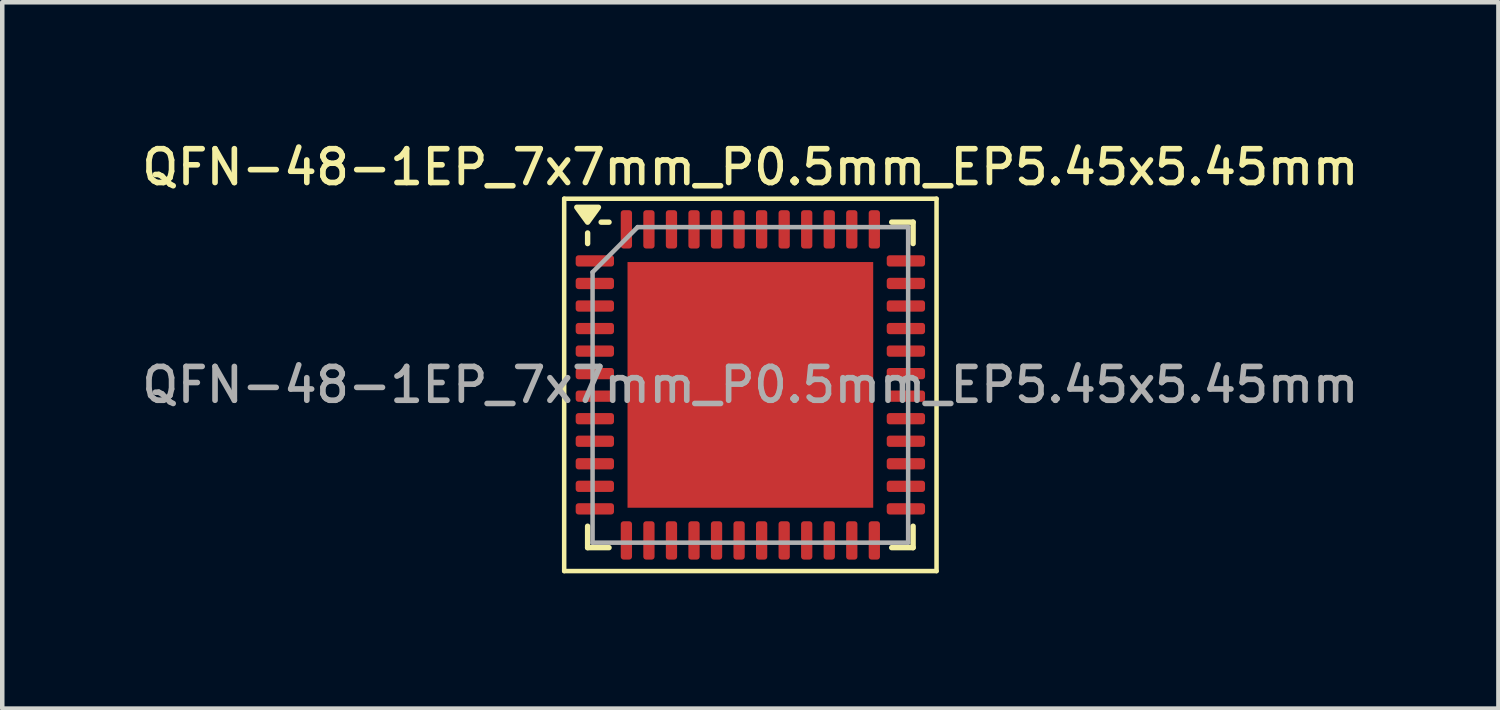
<source format=kicad_pcb>
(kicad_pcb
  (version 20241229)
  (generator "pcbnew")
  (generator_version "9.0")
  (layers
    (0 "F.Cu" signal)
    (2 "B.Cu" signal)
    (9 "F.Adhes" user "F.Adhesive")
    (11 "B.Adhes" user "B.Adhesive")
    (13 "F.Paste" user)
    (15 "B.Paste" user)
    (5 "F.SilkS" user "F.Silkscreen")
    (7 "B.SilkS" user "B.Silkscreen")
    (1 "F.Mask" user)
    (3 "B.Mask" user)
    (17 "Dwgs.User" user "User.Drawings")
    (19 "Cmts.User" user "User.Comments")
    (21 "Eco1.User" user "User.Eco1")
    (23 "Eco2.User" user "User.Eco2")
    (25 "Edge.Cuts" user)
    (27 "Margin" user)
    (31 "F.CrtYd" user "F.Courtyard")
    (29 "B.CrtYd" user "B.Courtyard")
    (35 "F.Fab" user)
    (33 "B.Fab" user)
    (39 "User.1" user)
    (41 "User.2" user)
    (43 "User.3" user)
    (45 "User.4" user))
  (footprint "QFN-48-1EP_7x7mm_P0.5mm_EP5.45x5.45mm"
    (layer "F.Cu")
    (at 13.595 5.488)
    (property "Reference" "QFN-48-1EP_7x7mm_P0.5mm_EP5.45x5.45mm" (at 0 -4.83 0) (layer "F.SilkS") (effects (font (size 0.75 0.75) (thickness 0.125))))
    (attr smd)
    (fp_line (start -4.13 -4.13) (end -4.13 4.13) (stroke (width 0.1) (type solid)) (layer "F.SilkS"))
    (fp_line (start -4.13 4.13) (end 4.13 4.13) (stroke (width 0.1) (type solid)) (layer "F.SilkS"))
    (fp_line (start -3.61 -3.135) (end -3.61 -3.37) (stroke (width 0.12) (type solid)) (layer "F.SilkS"))
    (fp_line (start -3.61 3.61) (end -3.61 3.135) (stroke (width 0.12) (type solid)) (layer "F.SilkS"))
    (fp_line (start -3.135 -3.61) (end -3.31 -3.61) (stroke (width 0.12) (type solid)) (layer "F.SilkS"))
    (fp_line (start -3.135 3.61) (end -3.61 3.61) (stroke (width 0.12) (type solid)) (layer "F.SilkS"))
    (fp_line (start 3.135 -3.61) (end 3.61 -3.61) (stroke (width 0.12) (type solid)) (layer "F.SilkS"))
    (fp_line (start 3.135 3.61) (end 3.61 3.61) (stroke (width 0.12) (type solid)) (layer "F.SilkS"))
    (fp_line (start 3.61 -3.61) (end 3.61 -3.135) (stroke (width 0.12) (type solid)) (layer "F.SilkS"))
    (fp_line (start 3.61 3.61) (end 3.61 3.135) (stroke (width 0.12) (type solid)) (layer "F.SilkS"))
    (fp_line (start 4.13 -4.13) (end -4.13 -4.13) (stroke (width 0.1) (type solid)) (layer "F.SilkS"))
    (fp_line (start 4.13 4.13) (end 4.13 -4.13) (stroke (width 0.1) (type solid)) (layer "F.SilkS"))
    (fp_poly (pts (xy -3.61 -3.61) (xy -3.85 -3.94) (xy -3.37 -3.94) (xy -3.61 -3.61)) (stroke (width 0.12) (type solid)) (fill yes) (layer "F.SilkS"))
    (fp_line (start -3.5 -2.5) (end -2.5 -3.5) (stroke (width 0.1) (type solid)) (layer "F.Fab"))
    (fp_line (start -3.5 3.5) (end -3.5 -2.5) (stroke (width 0.1) (type solid)) (layer "F.Fab"))
    (fp_line (start -2.5 -3.5) (end 3.5 -3.5) (stroke (width 0.1) (type solid)) (layer "F.Fab"))
    (fp_line (start 3.5 -3.5) (end 3.5 3.5) (stroke (width 0.1) (type solid)) (layer "F.Fab"))
    (fp_line (start 3.5 3.5) (end -3.5 3.5) (stroke (width 0.1) (type solid)) (layer "F.Fab"))
    (fp_text user "${REFERENCE}" (at 0 0 0) (layer "F.Fab") (effects (font (size 0.75 0.75) (thickness 0.125))))
    (pad "" smd roundrect (at -2.04 -2.04) (size 1.1 1.1) (layers "F.Paste") (roundrect_rratio 0.227))
    (pad "" smd roundrect (at -2.04 -0.68) (size 1.1 1.1) (layers "F.Paste") (roundrect_rratio 0.227))
    (pad "" smd roundrect (at -2.04 0.68) (size 1.1 1.1) (layers "F.Paste") (roundrect_rratio 0.227))
    (pad "" smd roundrect (at -2.04 2.04) (size 1.1 1.1) (layers "F.Paste") (roundrect_rratio 0.227))
    (pad "" smd roundrect (at -0.68 -2.04) (size 1.1 1.1) (layers "F.Paste") (roundrect_rratio 0.227))
    (pad "" smd roundrect (at -0.68 -0.68) (size 1.1 1.1) (layers "F.Paste") (roundrect_rratio 0.227))
    (pad "" smd roundrect (at -0.68 0.68) (size 1.1 1.1) (layers "F.Paste") (roundrect_rratio 0.227))
    (pad "" smd roundrect (at -0.68 2.04) (size 1.1 1.1) (layers "F.Paste") (roundrect_rratio 0.227))
    (pad "" smd roundrect (at 0.68 -2.04) (size 1.1 1.1) (layers "F.Paste") (roundrect_rratio 0.227))
    (pad "" smd roundrect (at 0.68 -0.68) (size 1.1 1.1) (layers "F.Paste") (roundrect_rratio 0.227))
    (pad "" smd roundrect (at 0.68 0.68) (size 1.1 1.1) (layers "F.Paste") (roundrect_rratio 0.227))
    (pad "" smd roundrect (at 0.68 2.04) (size 1.1 1.1) (layers "F.Paste") (roundrect_rratio 0.227))
    (pad "" smd roundrect (at 2.04 -2.04) (size 1.1 1.1) (layers "F.Paste") (roundrect_rratio 0.227))
    (pad "" smd roundrect (at 2.04 -0.68) (size 1.1 1.1) (layers "F.Paste") (roundrect_rratio 0.227))
    (pad "" smd roundrect (at 2.04 0.68) (size 1.1 1.1) (layers "F.Paste") (roundrect_rratio 0.227))
    (pad "" smd roundrect (at 2.04 2.04) (size 1.1 1.1) (layers "F.Paste") (roundrect_rratio 0.227))
    (pad "1" smd roundrect (at -3.45 -2.75) (size 0.85 0.25) (layers "F.Cu" "F.Mask" "F.Paste") (roundrect_rratio 0.25))
    (pad "2" smd roundrect (at -3.45 -2.25) (size 0.85 0.25) (layers "F.Cu" "F.Mask" "F.Paste") (roundrect_rratio 0.25))
    (pad "3" smd roundrect (at -3.45 -1.75) (size 0.85 0.25) (layers "F.Cu" "F.Mask" "F.Paste") (roundrect_rratio 0.25))
    (pad "4" smd roundrect (at -3.45 -1.25) (size 0.85 0.25) (layers "F.Cu" "F.Mask" "F.Paste") (roundrect_rratio 0.25))
    (pad "5" smd roundrect (at -3.45 -0.75) (size 0.85 0.25) (layers "F.Cu" "F.Mask" "F.Paste") (roundrect_rratio 0.25))
    (pad "6" smd roundrect (at -3.45 -0.25) (size 0.85 0.25) (layers "F.Cu" "F.Mask" "F.Paste") (roundrect_rratio 0.25))
    (pad "7" smd roundrect (at -3.45 0.25) (size 0.85 0.25) (layers "F.Cu" "F.Mask" "F.Paste") (roundrect_rratio 0.25))
    (pad "8" smd roundrect (at -3.45 0.75) (size 0.85 0.25) (layers "F.Cu" "F.Mask" "F.Paste") (roundrect_rratio 0.25))
    (pad "9" smd roundrect (at -3.45 1.25) (size 0.85 0.25) (layers "F.Cu" "F.Mask" "F.Paste") (roundrect_rratio 0.25))
    (pad "10" smd roundrect (at -3.45 1.75) (size 0.85 0.25) (layers "F.Cu" "F.Mask" "F.Paste") (roundrect_rratio 0.25))
    (pad "11" smd roundrect (at -3.45 2.25) (size 0.85 0.25) (layers "F.Cu" "F.Mask" "F.Paste") (roundrect_rratio 0.25))
    (pad "12" smd roundrect (at -3.45 2.75) (size 0.85 0.25) (layers "F.Cu" "F.Mask" "F.Paste") (roundrect_rratio 0.25))
    (pad "13" smd roundrect (at -2.75 3.45) (size 0.25 0.85) (layers "F.Cu" "F.Mask" "F.Paste") (roundrect_rratio 0.25))
    (pad "14" smd roundrect (at -2.25 3.45) (size 0.25 0.85) (layers "F.Cu" "F.Mask" "F.Paste") (roundrect_rratio 0.25))
    (pad "15" smd roundrect (at -1.75 3.45) (size 0.25 0.85) (layers "F.Cu" "F.Mask" "F.Paste") (roundrect_rratio 0.25))
    (pad "16" smd roundrect (at -1.25 3.45) (size 0.25 0.85) (layers "F.Cu" "F.Mask" "F.Paste") (roundrect_rratio 0.25))
    (pad "17" smd roundrect (at -0.75 3.45) (size 0.25 0.85) (layers "F.Cu" "F.Mask" "F.Paste") (roundrect_rratio 0.25))
    (pad "18" smd roundrect (at -0.25 3.45) (size 0.25 0.85) (layers "F.Cu" "F.Mask" "F.Paste") (roundrect_rratio 0.25))
    (pad "19" smd roundrect (at 0.25 3.45) (size 0.25 0.85) (layers "F.Cu" "F.Mask" "F.Paste") (roundrect_rratio 0.25))
    (pad "20" smd roundrect (at 0.75 3.45) (size 0.25 0.85) (layers "F.Cu" "F.Mask" "F.Paste") (roundrect_rratio 0.25))
    (pad "21" smd roundrect (at 1.25 3.45) (size 0.25 0.85) (layers "F.Cu" "F.Mask" "F.Paste") (roundrect_rratio 0.25))
    (pad "22" smd roundrect (at 1.75 3.45) (size 0.25 0.85) (layers "F.Cu" "F.Mask" "F.Paste") (roundrect_rratio 0.25))
    (pad "23" smd roundrect (at 2.25 3.45) (size 0.25 0.85) (layers "F.Cu" "F.Mask" "F.Paste") (roundrect_rratio 0.25))
    (pad "24" smd roundrect (at 2.75 3.45) (size 0.25 0.85) (layers "F.Cu" "F.Mask" "F.Paste") (roundrect_rratio 0.25))
    (pad "25" smd roundrect (at 3.45 2.75) (size 0.85 0.25) (layers "F.Cu" "F.Mask" "F.Paste") (roundrect_rratio 0.25))
    (pad "26" smd roundrect (at 3.45 2.25) (size 0.85 0.25) (layers "F.Cu" "F.Mask" "F.Paste") (roundrect_rratio 0.25))
    (pad "27" smd roundrect (at 3.45 1.75) (size 0.85 0.25) (layers "F.Cu" "F.Mask" "F.Paste") (roundrect_rratio 0.25))
    (pad "28" smd roundrect (at 3.45 1.25) (size 0.85 0.25) (layers "F.Cu" "F.Mask" "F.Paste") (roundrect_rratio 0.25))
    (pad "29" smd roundrect (at 3.45 0.75) (size 0.85 0.25) (layers "F.Cu" "F.Mask" "F.Paste") (roundrect_rratio 0.25))
    (pad "30" smd roundrect (at 3.45 0.25) (size 0.85 0.25) (layers "F.Cu" "F.Mask" "F.Paste") (roundrect_rratio 0.25))
    (pad "31" smd roundrect (at 3.45 -0.25) (size 0.85 0.25) (layers "F.Cu" "F.Mask" "F.Paste") (roundrect_rratio 0.25))
    (pad "32" smd roundrect (at 3.45 -0.75) (size 0.85 0.25) (layers "F.Cu" "F.Mask" "F.Paste") (roundrect_rratio 0.25))
    (pad "33" smd roundrect (at 3.45 -1.25) (size 0.85 0.25) (layers "F.Cu" "F.Mask" "F.Paste") (roundrect_rratio 0.25))
    (pad "34" smd roundrect (at 3.45 -1.75) (size 0.85 0.25) (layers "F.Cu" "F.Mask" "F.Paste") (roundrect_rratio 0.25))
    (pad "35" smd roundrect (at 3.45 -2.25) (size 0.85 0.25) (layers "F.Cu" "F.Mask" "F.Paste") (roundrect_rratio 0.25))
    (pad "36" smd roundrect (at 3.45 -2.75) (size 0.85 0.25) (layers "F.Cu" "F.Mask" "F.Paste") (roundrect_rratio 0.25))
    (pad "37" smd roundrect (at 2.75 -3.45) (size 0.25 0.85) (layers "F.Cu" "F.Mask" "F.Paste") (roundrect_rratio 0.25))
    (pad "38" smd roundrect (at 2.25 -3.45) (size 0.25 0.85) (layers "F.Cu" "F.Mask" "F.Paste") (roundrect_rratio 0.25))
    (pad "39" smd roundrect (at 1.75 -3.45) (size 0.25 0.85) (layers "F.Cu" "F.Mask" "F.Paste") (roundrect_rratio 0.25))
    (pad "40" smd roundrect (at 1.25 -3.45) (size 0.25 0.85) (layers "F.Cu" "F.Mask" "F.Paste") (roundrect_rratio 0.25))
    (pad "41" smd roundrect (at 0.75 -3.45) (size 0.25 0.85) (layers "F.Cu" "F.Mask" "F.Paste") (roundrect_rratio 0.25))
    (pad "42" smd roundrect (at 0.25 -3.45) (size 0.25 0.85) (layers "F.Cu" "F.Mask" "F.Paste") (roundrect_rratio 0.25))
    (pad "43" smd roundrect (at -0.25 -3.45) (size 0.25 0.85) (layers "F.Cu" "F.Mask" "F.Paste") (roundrect_rratio 0.25))
    (pad "44" smd roundrect (at -0.75 -3.45) (size 0.25 0.85) (layers "F.Cu" "F.Mask" "F.Paste") (roundrect_rratio 0.25))
    (pad "45" smd roundrect (at -1.25 -3.45) (size 0.25 0.85) (layers "F.Cu" "F.Mask" "F.Paste") (roundrect_rratio 0.25))
    (pad "46" smd roundrect (at -1.75 -3.45) (size 0.25 0.85) (layers "F.Cu" "F.Mask" "F.Paste") (roundrect_rratio 0.25))
    (pad "47" smd roundrect (at -2.25 -3.45) (size 0.25 0.85) (layers "F.Cu" "F.Mask" "F.Paste") (roundrect_rratio 0.25))
    (pad "48" smd roundrect (at -2.75 -3.45) (size 0.25 0.85) (layers "F.Cu" "F.Mask" "F.Paste") (roundrect_rratio 0.25))
    (pad "49" smd rect (at 0 0) (size 5.45 5.45) (property pad_prop_heatsink) (layers "F.Cu" "F.Mask")))
  (gr_rect
    (start -3 -3)
    (end 30.189 12.668)
    (stroke (width 0.1) (type default))
    (fill no)
    (layer "Edge.Cuts")))
</source>
